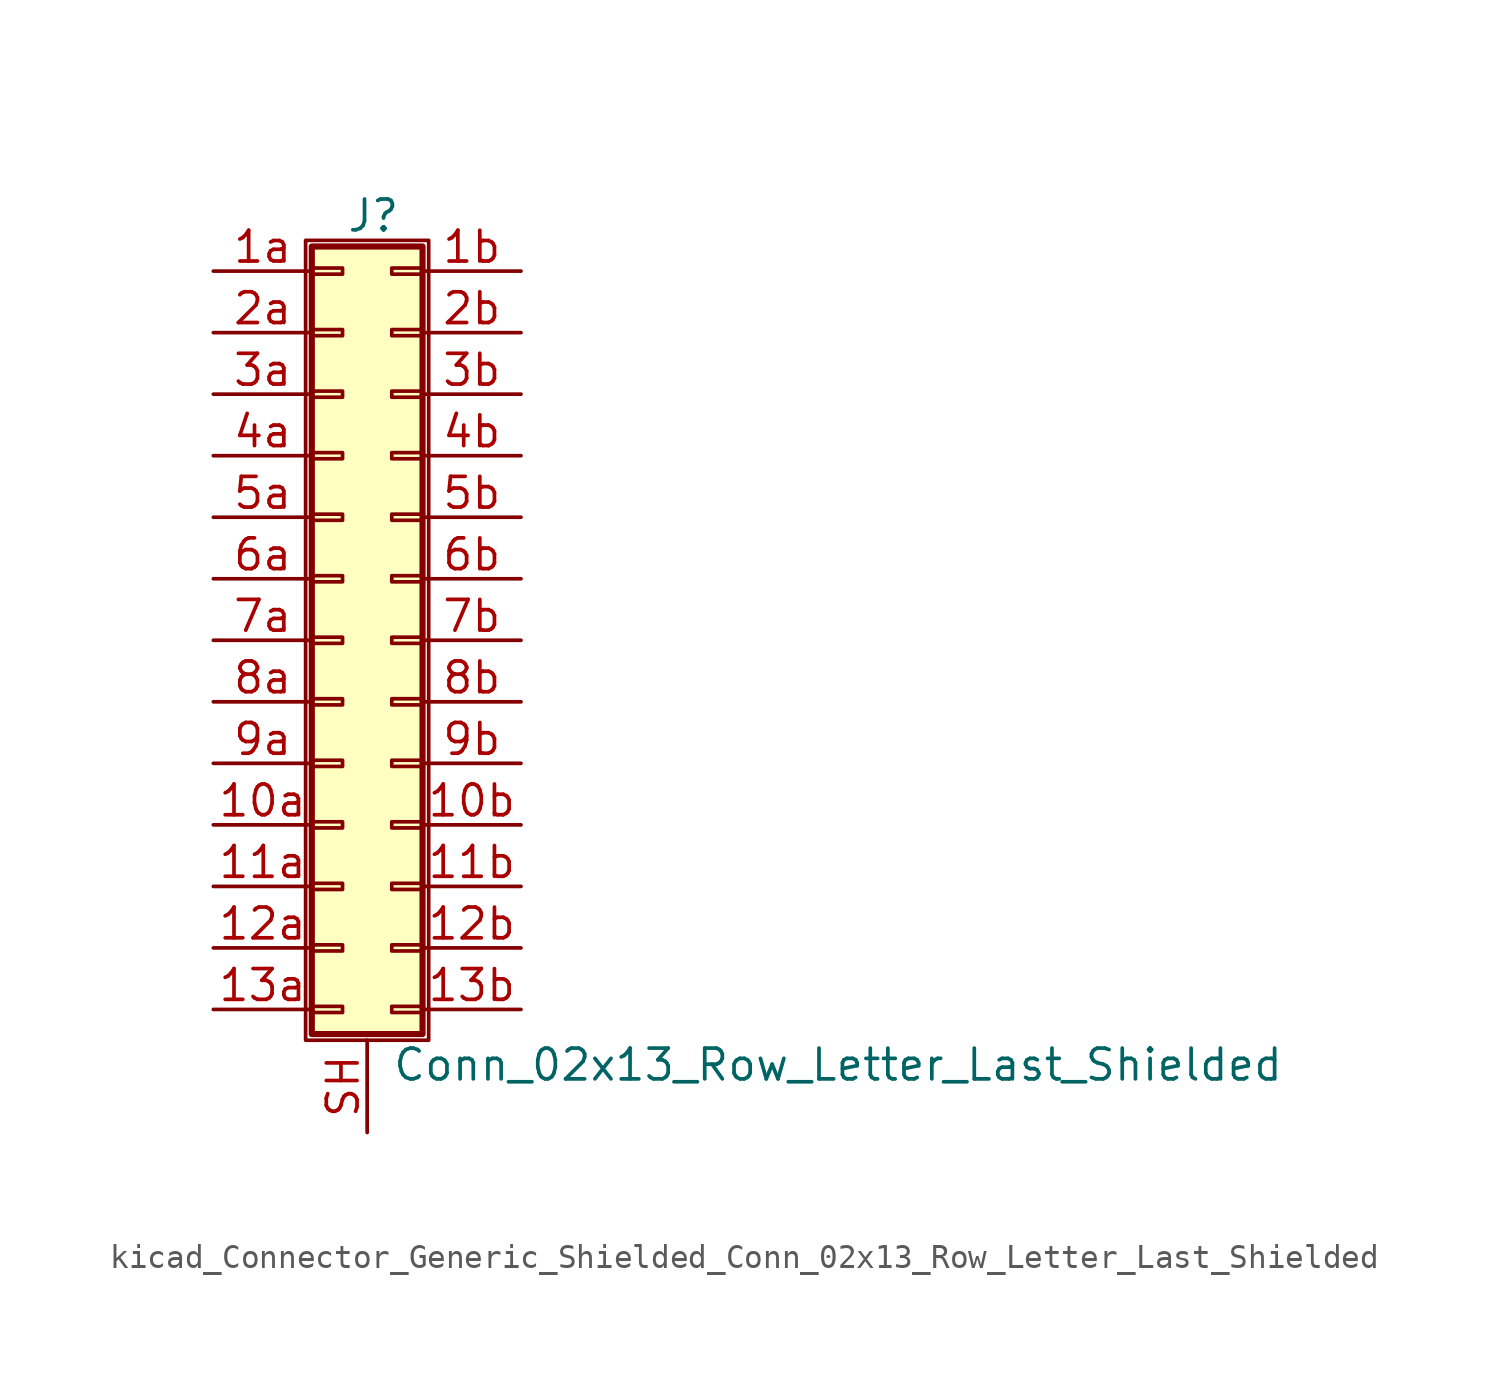
<source format=kicad_sym>
(kicad_symbol_lib
  (version 20220914)
  (generator kicad_symbol_editor)
  (symbol "kicad_Connector_Generic_Shielded_Conn_02x13_Row_Letter_Last_Shielded"
    (pin_names
      (offset 1.016) hide)
    (property "Reference" "J"
      (at 1.524 17.526 0)
      (effects (font (size 1.27 1.27))))
    (property "Value" "Conn_02x13_Row_Letter_Last_Shielded"
      (at 2.286 -17.526 0)
      (effects (font (size 1.27 1.27)) (justify left)))
    (symbol "kicad_Connector_Generic_Shielded_Conn_02x13_Row_Letter_Last_Shielded_1_1"
      (rectangle (start -1.27 16.51) (end 3.81 -16.51) (stroke (width 0.152) (type default)) (fill (type none)))
      (rectangle (start -1.016 -15.113) (end 0.254 -15.367) (stroke (width 0.152) (type default)) (fill (type none)))
      (rectangle (start -1.016 -12.573) (end 0.254 -12.827) (stroke (width 0.152) (type default)) (fill (type none)))
      (rectangle (start -1.016 -10.033) (end 0.254 -10.287) (stroke (width 0.152) (type default)) (fill (type none)))
      (rectangle (start -1.016 -7.493) (end 0.254 -7.747) (stroke (width 0.152) (type default)) (fill (type none)))
      (rectangle (start -1.016 -4.953) (end 0.254 -5.207) (stroke (width 0.152) (type default)) (fill (type none)))
      (rectangle (start -1.016 -2.413) (end 0.254 -2.667) (stroke (width 0.152) (type default)) (fill (type none)))
      (rectangle (start -1.016 0.127) (end 0.254 -0.127) (stroke (width 0.152) (type default)) (fill (type none)))
      (rectangle (start -1.016 2.667) (end 0.254 2.413) (stroke (width 0.152) (type default)) (fill (type none)))
      (rectangle (start -1.016 5.207) (end 0.254 4.953) (stroke (width 0.152) (type default)) (fill (type none)))
      (rectangle (start -1.016 7.747) (end 0.254 7.493) (stroke (width 0.152) (type default)) (fill (type none)))
      (rectangle (start -1.016 10.287) (end 0.254 10.033) (stroke (width 0.152) (type default)) (fill (type none)))
      (rectangle (start -1.016 12.827) (end 0.254 12.573) (stroke (width 0.152) (type default)) (fill (type none)))
      (rectangle (start -1.016 15.367) (end 0.254 15.113) (stroke (width 0.152) (type default)) (fill (type none)))
      (rectangle (start -1.016 16.256) (end 3.556 -16.256) (stroke (width 0.254) (type default)) (fill (type background)))
      (rectangle (start 3.556 -15.113) (end 2.286 -15.367) (stroke (width 0.152) (type default)) (fill (type none)))
      (rectangle (start 3.556 -12.573) (end 2.286 -12.827) (stroke (width 0.152) (type default)) (fill (type none)))
      (rectangle (start 3.556 -10.033) (end 2.286 -10.287) (stroke (width 0.152) (type default)) (fill (type none)))
      (rectangle (start 3.556 -7.493) (end 2.286 -7.747) (stroke (width 0.152) (type default)) (fill (type none)))
      (rectangle (start 3.556 -4.953) (end 2.286 -5.207) (stroke (width 0.152) (type default)) (fill (type none)))
      (rectangle (start 3.556 -2.413) (end 2.286 -2.667) (stroke (width 0.152) (type default)) (fill (type none)))
      (rectangle (start 3.556 0.127) (end 2.286 -0.127) (stroke (width 0.152) (type default)) (fill (type none)))
      (rectangle (start 3.556 2.667) (end 2.286 2.413) (stroke (width 0.152) (type default)) (fill (type none)))
      (rectangle (start 3.556 5.207) (end 2.286 4.953) (stroke (width 0.152) (type default)) (fill (type none)))
      (rectangle (start 3.556 7.747) (end 2.286 7.493) (stroke (width 0.152) (type default)) (fill (type none)))
      (rectangle (start 3.556 10.287) (end 2.286 10.033) (stroke (width 0.152) (type default)) (fill (type none)))
      (rectangle (start 3.556 12.827) (end 2.286 12.573) (stroke (width 0.152) (type default)) (fill (type none)))
      (rectangle (start 3.556 15.367) (end 2.286 15.113) (stroke (width 0.152) (type default)) (fill (type none)))
      (pin passive line (at -5.08 -7.62 0) (length 4.064) (name "Pin_10a" (effects (font (size 1.27 1.27)))) (number "10a" (effects (font (size 1.27 1.27)))))
      (pin passive line (at 7.62 -7.62 180) (length 4.064) (name "Pin_10b" (effects (font (size 1.27 1.27)))) (number "10b" (effects (font (size 1.27 1.27)))))
      (pin passive line (at -5.08 -10.16 0) (length 4.064) (name "Pin_11a" (effects (font (size 1.27 1.27)))) (number "11a" (effects (font (size 1.27 1.27)))))
      (pin passive line (at 7.62 -10.16 180) (length 4.064) (name "Pin_11b" (effects (font (size 1.27 1.27)))) (number "11b" (effects (font (size 1.27 1.27)))))
      (pin passive line (at -5.08 -12.7 0) (length 4.064) (name "Pin_12a" (effects (font (size 1.27 1.27)))) (number "12a" (effects (font (size 1.27 1.27)))))
      (pin passive line (at 7.62 -12.7 180) (length 4.064) (name "Pin_12b" (effects (font (size 1.27 1.27)))) (number "12b" (effects (font (size 1.27 1.27)))))
      (pin passive line (at -5.08 -15.24 0) (length 4.064) (name "Pin_13a" (effects (font (size 1.27 1.27)))) (number "13a" (effects (font (size 1.27 1.27)))))
      (pin passive line (at 7.62 -15.24 180) (length 4.064) (name "Pin_13b" (effects (font (size 1.27 1.27)))) (number "13b" (effects (font (size 1.27 1.27)))))
      (pin passive line (at -5.08 15.24 0) (length 4.064) (name "Pin_1a" (effects (font (size 1.27 1.27)))) (number "1a" (effects (font (size 1.27 1.27)))))
      (pin passive line (at 7.62 15.24 180) (length 4.064) (name "Pin_1b" (effects (font (size 1.27 1.27)))) (number "1b" (effects (font (size 1.27 1.27)))))
      (pin passive line (at -5.08 12.7 0) (length 4.064) (name "Pin_2a" (effects (font (size 1.27 1.27)))) (number "2a" (effects (font (size 1.27 1.27)))))
      (pin passive line (at 7.62 12.7 180) (length 4.064) (name "Pin_2b" (effects (font (size 1.27 1.27)))) (number "2b" (effects (font (size 1.27 1.27)))))
      (pin passive line (at -5.08 10.16 0) (length 4.064) (name "Pin_3a" (effects (font (size 1.27 1.27)))) (number "3a" (effects (font (size 1.27 1.27)))))
      (pin passive line (at 7.62 10.16 180) (length 4.064) (name "Pin_3b" (effects (font (size 1.27 1.27)))) (number "3b" (effects (font (size 1.27 1.27)))))
      (pin passive line (at -5.08 7.62 0) (length 4.064) (name "Pin_4a" (effects (font (size 1.27 1.27)))) (number "4a" (effects (font (size 1.27 1.27)))))
      (pin passive line (at 7.62 7.62 180) (length 4.064) (name "Pin_4b" (effects (font (size 1.27 1.27)))) (number "4b" (effects (font (size 1.27 1.27)))))
      (pin passive line (at -5.08 5.08 0) (length 4.064) (name "Pin_5a" (effects (font (size 1.27 1.27)))) (number "5a" (effects (font (size 1.27 1.27)))))
      (pin passive line (at 7.62 5.08 180) (length 4.064) (name "Pin_5b" (effects (font (size 1.27 1.27)))) (number "5b" (effects (font (size 1.27 1.27)))))
      (pin passive line (at -5.08 2.54 0) (length 4.064) (name "Pin_6a" (effects (font (size 1.27 1.27)))) (number "6a" (effects (font (size 1.27 1.27)))))
      (pin passive line (at 7.62 2.54 180) (length 4.064) (name "Pin_6b" (effects (font (size 1.27 1.27)))) (number "6b" (effects (font (size 1.27 1.27)))))
      (pin passive line (at -5.08 0 0) (length 4.064) (name "Pin_7a" (effects (font (size 1.27 1.27)))) (number "7a" (effects (font (size 1.27 1.27)))))
      (pin passive line (at 7.62 0 180) (length 4.064) (name "Pin_7b" (effects (font (size 1.27 1.27)))) (number "7b" (effects (font (size 1.27 1.27)))))
      (pin passive line (at -5.08 -2.54 0) (length 4.064) (name "Pin_8a" (effects (font (size 1.27 1.27)))) (number "8a" (effects (font (size 1.27 1.27)))))
      (pin passive line (at 7.62 -2.54 180) (length 4.064) (name "Pin_8b" (effects (font (size 1.27 1.27)))) (number "8b" (effects (font (size 1.27 1.27)))))
      (pin passive line (at -5.08 -5.08 0) (length 4.064) (name "Pin_9a" (effects (font (size 1.27 1.27)))) (number "9a" (effects (font (size 1.27 1.27)))))
      (pin passive line (at 7.62 -5.08 180) (length 4.064) (name "Pin_9b" (effects (font (size 1.27 1.27)))) (number "9b" (effects (font (size 1.27 1.27)))))
      (pin passive line (at 1.27 -20.32 90) (length 3.81) (name "Shield" (effects (font (size 1.27 1.27)))) (number "SH" (effects (font (size 1.27 1.27))))))))
</source>
